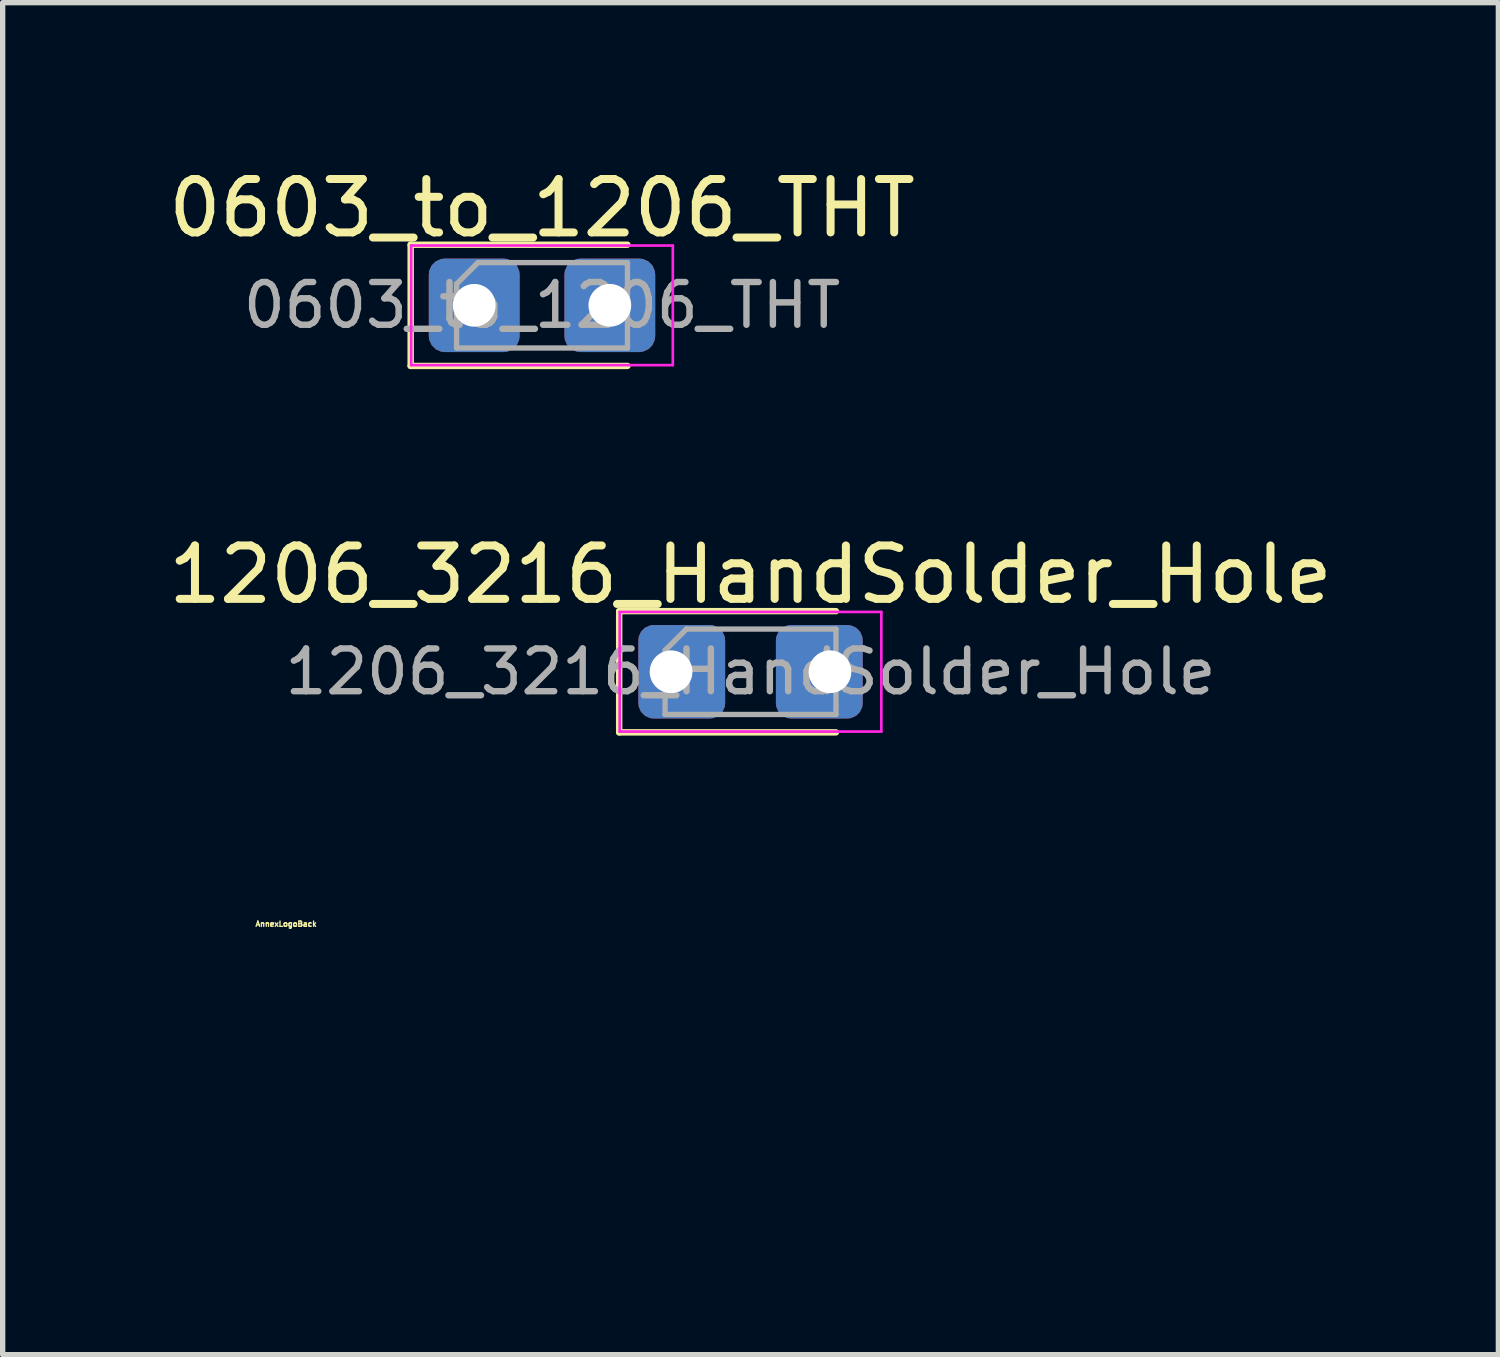
<source format=kicad_pcb>
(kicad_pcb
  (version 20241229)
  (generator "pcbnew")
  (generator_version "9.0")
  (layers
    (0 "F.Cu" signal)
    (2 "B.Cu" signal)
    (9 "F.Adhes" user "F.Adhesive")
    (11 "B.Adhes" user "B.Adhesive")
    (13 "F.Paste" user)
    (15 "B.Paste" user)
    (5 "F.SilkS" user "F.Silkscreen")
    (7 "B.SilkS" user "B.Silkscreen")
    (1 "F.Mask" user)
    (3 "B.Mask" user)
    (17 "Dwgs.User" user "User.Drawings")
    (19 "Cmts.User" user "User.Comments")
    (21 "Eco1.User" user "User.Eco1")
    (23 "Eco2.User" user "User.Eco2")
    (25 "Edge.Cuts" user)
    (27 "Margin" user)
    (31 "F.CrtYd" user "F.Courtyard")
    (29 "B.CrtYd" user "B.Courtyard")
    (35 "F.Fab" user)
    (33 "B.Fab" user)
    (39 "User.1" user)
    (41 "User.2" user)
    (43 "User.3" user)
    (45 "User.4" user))
  (footprint "0603_to_1206_THT"
    (layer "F.Cu")
    (at 7.101 2.668)
    (property "Reference" "0603_to_1206_THT" (at 0 -1.82 0) (layer "F.SilkS") (effects (font (size 1 1) (thickness 0.15))))
    (attr smd)
    (fp_line (start -2.46 -1.135) (end -2.46 1.135) (stroke (width 0.12) (type solid)) (layer "F.SilkS"))
    (fp_line (start -2.46 1.135) (end 1.6 1.135) (stroke (width 0.12) (type solid)) (layer "F.SilkS"))
    (fp_line (start 1.6 -1.135) (end -2.46 -1.135) (stroke (width 0.12) (type solid)) (layer "F.SilkS"))
    (fp_line (start -2.45 -1.12) (end 2.45 -1.12) (stroke (width 0.05) (type solid)) (layer "F.CrtYd"))
    (fp_line (start -2.45 1.12) (end -2.45 -1.12) (stroke (width 0.05) (type solid)) (layer "F.CrtYd"))
    (fp_line (start 2.45 -1.12) (end 2.45 1.12) (stroke (width 0.05) (type solid)) (layer "F.CrtYd"))
    (fp_line (start 2.45 1.12) (end -2.45 1.12) (stroke (width 0.05) (type solid)) (layer "F.CrtYd"))
    (fp_line (start -1.6 -0.4) (end -1.6 0.8) (stroke (width 0.1) (type solid)) (layer "F.Fab"))
    (fp_line (start -1.6 0.8) (end 1.6 0.8) (stroke (width 0.1) (type solid)) (layer "F.Fab"))
    (fp_line (start -1.2 -0.8) (end -1.6 -0.4) (stroke (width 0.1) (type solid)) (layer "F.Fab"))
    (fp_line (start 1.6 -0.8) (end -1.2 -0.8) (stroke (width 0.1) (type solid)) (layer "F.Fab"))
    (fp_line (start 1.6 0.8) (end 1.6 -0.8) (stroke (width 0.1) (type solid)) (layer "F.Fab"))
    (fp_text user "${REFERENCE}" (at 0 0 0) (layer "F.Fab") (effects (font (size 0.8 0.8) (thickness 0.12))))
    (pad "1" thru_hole roundrect (at -1.27 0) (size 1.7 1.75) (drill 0.8) (layers "*.Cu" "*.Mask") (roundrect_rratio 0.175))
    (pad "2" thru_hole roundrect (at 1.27 0) (size 1.7 1.75) (drill 0.8) (layers "*.Cu" "*.Mask") (roundrect_rratio 0.175)))
  (footprint "1206_3216_HandSolder_Hole"
    (layer "F.Cu")
    (at 11.006 9.531)
    (property "Reference" "1206_3216_HandSolder_Hole" (at 0 -1.82 0) (layer "F.SilkS") (effects (font (size 1 1) (thickness 0.15))))
    (attr smd)
    (fp_line (start -2.46 -1.135) (end -2.46 1.135) (stroke (width 0.12) (type solid)) (layer "F.SilkS"))
    (fp_line (start -2.46 1.135) (end 1.6 1.135) (stroke (width 0.12) (type solid)) (layer "F.SilkS"))
    (fp_line (start 1.6 -1.135) (end -2.46 -1.135) (stroke (width 0.12) (type solid)) (layer "F.SilkS"))
    (fp_line (start -2.45 -1.12) (end 2.45 -1.12) (stroke (width 0.05) (type solid)) (layer "F.CrtYd"))
    (fp_line (start -2.45 1.12) (end -2.45 -1.12) (stroke (width 0.05) (type solid)) (layer "F.CrtYd"))
    (fp_line (start 2.45 -1.12) (end 2.45 1.12) (stroke (width 0.05) (type solid)) (layer "F.CrtYd"))
    (fp_line (start 2.45 1.12) (end -2.45 1.12) (stroke (width 0.05) (type solid)) (layer "F.CrtYd"))
    (fp_line (start -1.6 -0.4) (end -1.6 0.8) (stroke (width 0.1) (type solid)) (layer "F.Fab"))
    (fp_line (start -1.6 0.8) (end 1.6 0.8) (stroke (width 0.1) (type solid)) (layer "F.Fab"))
    (fp_line (start -1.2 -0.8) (end -1.6 -0.4) (stroke (width 0.1) (type solid)) (layer "F.Fab"))
    (fp_line (start 1.6 -0.8) (end -1.2 -0.8) (stroke (width 0.1) (type solid)) (layer "F.Fab"))
    (fp_line (start 1.6 0.8) (end 1.6 -0.8) (stroke (width 0.1) (type solid)) (layer "F.Fab"))
    (fp_text user "${REFERENCE}" (at 0 0 0) (layer "F.Fab") (effects (font (size 0.8 0.8) (thickness 0.12))))
    (pad "1" thru_hole roundrect (at -1.488 0) (size 1.625 1.75) (drill 0.8 (offset 0.2 0)) (layers "*.Cu" "*.Mask") (roundrect_rratio 0.175))
    (pad "2" thru_hole roundrect (at 1.488 0) (size 1.625 1.75) (drill 0.8 (offset -0.2 0)) (layers "*.Cu" "*.Mask") (roundrect_rratio 0.175)))
  (footprint "AnnexLogoBack"
    (layer "F.Cu")
    (at 3.283 16.579)
    (property "Reference" "AnnexLogoBack" (at -0.975 -2.325 0) (layer "F.SilkS") (effects (font (size 0.1 0.1) (thickness 0.025))))
    (attr through_hole)
    (fp_poly (pts (xy -0.089 0.315) (xy 0.031 0.316) (xy 0.126 0.319) (xy 0.184 0.322) (xy 0.198 0.325) (xy 0.18 0.349) (xy 0.133 0.402) (xy 0.067 0.474) (xy 0.063 0.478) (xy -0.071 0.622) (xy -0.223 0.468) (xy -0.375 0.314) (xy -0.089 0.315)) (stroke (width 0.01) (type solid)) (fill yes) (layer "B.Mask"))
    (fp_poly (pts (xy 1.243 -2.84) (xy 1.344 -2.78) (xy 1.357 -2.768) (xy 1.425 -2.668) (xy 1.443 -2.565) (xy 1.415 -2.471) (xy 1.345 -2.396) (xy 1.237 -2.354) (xy 1.222 -2.351) (xy 1.14 -2.346) (xy 1.082 -2.366) (xy 1.02 -2.419) (xy 1.017 -2.421) (xy 0.951 -2.509) (xy 0.937 -2.586) (xy 1.116 -2.586) (xy 1.137 -2.543) (xy 1.193 -2.513) (xy 1.239 -2.533) (xy 1.253 -2.557) (xy 1.257 -2.619) (xy 1.214 -2.65) (xy 1.187 -2.653) (xy 1.134 -2.632) (xy 1.116 -2.586) (xy 0.937 -2.586) (xy 0.935 -2.597) (xy 0.969 -2.699) (xy 0.974 -2.71) (xy 1.048 -2.803) (xy 1.141 -2.847) (xy 1.243 -2.84)) (stroke (width 0.01) (type solid)) (fill yes) (layer "B.Mask"))
    (fp_poly (pts (xy -0.354 0.564) (xy -0.255 0.66) (xy -0.169 0.739) (xy -0.104 0.794) (xy -0.069 0.818) (xy -0.067 0.818) (xy -0.038 0.799) (xy 0.021 0.747) (xy 0.103 0.669) (xy 0.198 0.574) (xy 0.207 0.564) (xy 0.313 0.457) (xy 0.39 0.384) (xy 0.448 0.34) (xy 0.494 0.318) (xy 0.539 0.311) (xy 0.551 0.31) (xy 0.616 0.316) (xy 0.648 0.329) (xy 0.649 0.332) (xy 0.63 0.358) (xy 0.578 0.417) (xy 0.498 0.501) (xy 0.399 0.602) (xy 0.331 0.671) (xy 0.193 0.808) (xy 0.086 0.906) (xy -0.001 0.966) (xy -0.076 0.987) (xy -0.15 0.972) (xy -0.232 0.919) (xy -0.333 0.829) (xy -0.46 0.705) (xy -0.748 0.421) (xy -0.923 0.427) (xy -1.055 0.421) (xy -1.143 0.395) (xy -1.183 0.35) (xy -1.185 0.335) (xy -1.159 0.325) (xy -1.088 0.317) (xy -0.985 0.312) (xy -0.899 0.31) (xy -0.613 0.31) (xy -0.354 0.564)) (stroke (width 0.01) (type solid)) (fill yes) (layer "B.Mask"))
    (fp_poly (pts (xy 1.324 0.313) (xy 1.42 0.317) (xy 1.481 0.325) (xy 1.496 0.333) (xy 1.476 0.362) (xy 1.427 0.416) (xy 1.36 0.48) (xy 1.289 0.544) (xy 1.229 0.595) (xy 1.19 0.62) (xy 1.186 0.621) (xy 1.156 0.602) (xy 1.107 0.557) (xy 1.101 0.55) (xy 1.051 0.503) (xy 1.018 0.48) (xy 1.016 0.48) (xy 0.991 0.499) (xy 0.932 0.551) (xy 0.845 0.631) (xy 0.737 0.734) (xy 0.614 0.852) (xy 0.576 0.888) (xy 0.155 1.297) (xy -0.085 1.297) (xy -0.326 1.298) (xy -0.86 0.762) (xy -1.24 0.762) (xy -1.452 0.549) (xy -1.539 0.46) (xy -1.609 0.387) (xy -1.653 0.339) (xy -1.665 0.323) (xy -1.64 0.316) (xy -1.578 0.315) (xy -1.554 0.315) (xy -1.484 0.325) (xy -1.423 0.354) (xy -1.353 0.412) (xy -1.308 0.456) (xy -1.235 0.528) (xy -1.18 0.569) (xy -1.122 0.588) (xy -1.041 0.592) (xy -0.986 0.593) (xy -0.798 0.593) (xy -0.518 0.875) (xy -0.238 1.157) (xy 0.071 1.157) (xy 0.491 0.737) (xy 0.91 0.317) (xy 1.203 0.312) (xy 1.324 0.313)) (stroke (width 0.01) (type solid)) (fill yes) (layer "B.Mask"))
    (fp_poly (pts (xy -0.974 -0.717) (xy -0.927 -0.677) (xy -0.842 -0.593) (xy 0.363 -0.593) (xy 0.447 -0.677) (xy 0.542 -0.742) (xy 0.639 -0.76) (xy 0.73 -0.738) (xy 0.805 -0.685) (xy 0.857 -0.609) (xy 0.876 -0.518) (xy 0.854 -0.419) (xy 0.807 -0.348) (xy 0.721 -0.284) (xy 0.618 -0.264) (xy 0.517 -0.286) (xy 0.44 -0.346) (xy 0.379 -0.423) (xy -0.248 -0.423) (xy -0.475 -0.422) (xy -0.653 -0.418) (xy -0.78 -0.412) (xy -0.854 -0.404) (xy -0.875 -0.395) (xy -0.898 -0.361) (xy -0.953 -0.319) (xy -1.021 -0.281) (xy -1.082 -0.258) (xy -1.101 -0.256) (xy -1.161 -0.268) (xy -1.203 -0.282) (xy -1.291 -0.344) (xy -1.341 -0.435) (xy -1.349 -0.52) (xy -1.178 -0.52) (xy -1.157 -0.465) (xy -1.124 -0.43) (xy -1.097 -0.433) (xy -1.059 -0.469) (xy -1.03 -0.514) (xy 0.567 -0.514) (xy 0.575 -0.466) (xy 0.608 -0.427) (xy 0.654 -0.441) (xy 0.677 -0.465) (xy 0.698 -0.522) (xy 0.682 -0.572) (xy 0.635 -0.593) (xy 0.588 -0.569) (xy 0.567 -0.514) (xy -1.03 -0.514) (xy -1.03 -0.514) (xy -1.047 -0.553) (xy -1.095 -0.588) (xy -1.119 -0.593) (xy -1.163 -0.571) (xy -1.178 -0.52) (xy -1.349 -0.52) (xy -1.351 -0.539) (xy -1.317 -0.64) (xy -1.28 -0.688) (xy -1.183 -0.751) (xy -1.078 -0.761) (xy -0.974 -0.717)) (stroke (width 0.01) (type solid)) (fill yes) (layer "B.Mask"))
    (fp_poly (pts (xy -2.43 0.318) (xy -2.393 0.334) (xy -2.348 0.365) (xy -2.287 0.416) (xy -2.206 0.492) (xy -2.098 0.598) (xy -1.957 0.738) (xy -1.921 0.775) (xy -1.452 1.243) (xy -1.269 1.245) (xy -1.087 1.246) (xy -0.677 1.654) (xy -0.267 2.061) (xy -0.142 1.934) (xy -0.072 1.866) (xy -0.019 1.827) (xy 0.04 1.811) (xy 0.126 1.806) (xy 0.171 1.806) (xy 0.358 1.806) (xy 0.679 1.482) (xy 0.999 1.157) (xy 1.093 1.248) (xy 1.187 1.339) (xy 1.703 0.823) (xy 1.86 0.666) (xy 1.983 0.545) (xy 2.077 0.455) (xy 2.147 0.391) (xy 2.2 0.35) (xy 2.24 0.326) (xy 2.274 0.316) (xy 2.306 0.314) (xy 2.331 0.316) (xy 2.441 0.325) (xy 1.825 0.931) (xy 1.671 1.082) (xy 1.53 1.22) (xy 1.407 1.34) (xy 1.306 1.437) (xy 1.234 1.506) (xy 1.194 1.542) (xy 1.188 1.546) (xy 1.157 1.532) (xy 1.108 1.49) (xy 1.101 1.482) (xy 1.048 1.434) (xy 1.006 1.411) (xy 1.003 1.411) (xy 0.973 1.43) (xy 0.912 1.482) (xy 0.827 1.561) (xy 0.727 1.658) (xy 0.691 1.693) (xy 0.41 1.976) (xy 0.044 1.976) (xy -0.269 2.286) (xy -0.706 1.848) (xy -1.142 1.411) (xy -1.51 1.41) (xy -2.059 0.867) (xy -2.608 0.325) (xy -2.499 0.316) (xy -2.463 0.314) (xy -2.43 0.318)) (stroke (width 0.01) (type solid)) (fill yes) (layer "B.Mask"))
    (fp_poly (pts (xy -0.157 -1.194) (xy -0.08 -1.138) (xy -0.03 -1.056) (xy -0.017 -0.957) (xy -0.043 -0.863) (xy -0.111 -0.777) (xy -0.204 -0.731) (xy -0.306 -0.726) (xy -0.402 -0.765) (xy -0.443 -0.803) (xy -0.468 -0.83) (xy -0.495 -0.849) (xy -0.532 -0.862) (xy -0.591 -0.87) (xy -0.679 -0.873) (xy -0.806 -0.875) (xy -0.952 -0.875) (xy -1.4 -0.875) (xy -1.51 -0.762) (xy -1.575 -0.689) (xy -1.607 -0.631) (xy -1.615 -0.564) (xy -1.614 -0.529) (xy -1.625 -0.413) (xy -1.673 -0.334) (xy -1.761 -0.283) (xy -1.827 -0.261) (xy -1.871 -0.259) (xy -1.919 -0.274) (xy -2.011 -0.331) (xy -2.066 -0.413) (xy -2.087 -0.508) (xy -2.087 -0.51) (xy -1.917 -0.51) (xy -1.903 -0.462) (xy -1.889 -0.45) (xy -1.831 -0.439) (xy -1.79 -0.471) (xy -1.784 -0.519) (xy -1.813 -0.569) (xy -1.848 -0.579) (xy -1.896 -0.557) (xy -1.917 -0.51) (xy -2.087 -0.51) (xy -2.074 -0.603) (xy -2.03 -0.685) (xy -1.955 -0.743) (xy -1.859 -0.762) (xy -1.8 -0.772) (xy -1.736 -0.806) (xy -1.654 -0.872) (xy -1.61 -0.914) (xy -1.547 -0.974) (xy -0.334 -0.974) (xy -0.327 -0.942) (xy -0.293 -0.909) (xy -0.247 -0.915) (xy -0.211 -0.954) (xy -0.203 -0.981) (xy -0.208 -1.031) (xy -0.25 -1.044) (xy -0.314 -1.025) (xy -0.334 -0.974) (xy -1.547 -0.974) (xy -1.45 -1.066) (xy -0.983 -1.067) (xy -0.81 -1.067) (xy -0.685 -1.069) (xy -0.598 -1.074) (xy -0.539 -1.082) (xy -0.5 -1.095) (xy -0.471 -1.114) (xy -0.442 -1.141) (xy -0.442 -1.141) (xy -0.348 -1.203) (xy -0.25 -1.218) (xy -0.157 -1.194)) (stroke (width 0.01) (type solid)) (fill yes) (layer "B.Mask"))
    (fp_poly (pts (xy -2.919 0.313) (xy -2.887 0.323) (xy -2.849 0.345) (xy -2.798 0.383) (xy -2.732 0.442) (xy -2.645 0.524) (xy -2.532 0.635) (xy -2.389 0.778) (xy -2.223 0.945) (xy -1.595 1.58) (xy -1.196 1.58) (xy -0.735 2.046) (xy -0.604 2.178) (xy -0.485 2.296) (xy -0.386 2.393) (xy -0.311 2.465) (xy -0.266 2.505) (xy -0.256 2.512) (xy -0.23 2.493) (xy -0.174 2.443) (xy -0.098 2.37) (xy -0.056 2.328) (xy 0.125 2.145) (xy 0.493 2.145) (xy 0.754 1.885) (xy 1.015 1.625) (xy 1.201 1.806) (xy 1.904 1.1) (xy 2.068 0.937) (xy 2.22 0.786) (xy 2.355 0.654) (xy 2.469 0.544) (xy 2.558 0.462) (xy 2.615 0.411) (xy 2.636 0.396) (xy 2.682 0.412) (xy 2.715 0.433) (xy 2.724 0.446) (xy 2.721 0.466) (xy 2.704 0.497) (xy 2.668 0.544) (xy 2.611 0.609) (xy 2.529 0.696) (xy 2.419 0.81) (xy 2.277 0.953) (xy 2.101 1.13) (xy 1.98 1.251) (xy 1.197 2.033) (xy 1.105 1.943) (xy 1.013 1.853) (xy 0.795 2.069) (xy 0.577 2.286) (xy 0.207 2.286) (xy -0.021 2.512) (xy -0.113 2.601) (xy -0.188 2.674) (xy -0.24 2.722) (xy -0.259 2.738) (xy -0.28 2.718) (xy -0.337 2.665) (xy -0.421 2.582) (xy -0.53 2.475) (xy -0.656 2.35) (xy -0.762 2.244) (xy -1.256 1.75) (xy -1.454 1.75) (xy -1.651 1.75) (xy -2.35 1.051) (xy -2.512 0.888) (xy -2.662 0.737) (xy -2.793 0.603) (xy -2.902 0.491) (xy -2.983 0.405) (xy -3.034 0.35) (xy -3.048 0.331) (xy -3.023 0.318) (xy -2.962 0.311) (xy -2.949 0.31) (xy -2.919 0.313)) (stroke (width 0.01) (type solid)) (fill yes) (layer "B.Mask"))
    (fp_poly (pts (xy 1.862 0.315) (xy 1.865 0.315) (xy 1.978 0.322) (xy 1.183 1.115) (xy 1.096 1.019) (xy 1.01 0.924) (xy 0.653 1.28) (xy 0.296 1.637) (xy 0.111 1.637) (xy 0.007 1.639) (xy -0.06 1.651) (xy -0.109 1.678) (xy -0.155 1.722) (xy -0.209 1.774) (xy -0.246 1.804) (xy -0.252 1.806) (xy -0.276 1.787) (xy -0.334 1.735) (xy -0.418 1.656) (xy -0.522 1.555) (xy -0.627 1.453) (xy -0.985 1.101) (xy -1.37 1.101) (xy -1.743 0.726) (xy -1.861 0.608) (xy -1.963 0.502) (xy -2.044 0.416) (xy -2.097 0.356) (xy -2.117 0.33) (xy -2.117 0.33) (xy -2.092 0.318) (xy -2.03 0.317) (xy -2.004 0.319) (xy -1.956 0.327) (xy -1.909 0.346) (xy -1.855 0.382) (xy -1.786 0.442) (xy -1.694 0.531) (xy -1.594 0.631) (xy -1.297 0.931) (xy -1.104 0.931) (xy -1 0.933) (xy -0.933 0.943) (xy -0.883 0.968) (xy -0.829 1.018) (xy -0.797 1.051) (xy -0.727 1.124) (xy -0.632 1.221) (xy -0.526 1.326) (xy -0.47 1.381) (xy -0.255 1.592) (xy -0.189 1.53) (xy -0.14 1.494) (xy -0.077 1.475) (xy 0.018 1.468) (xy 0.059 1.468) (xy 0.242 1.468) (xy 0.616 1.087) (xy 0.734 0.967) (xy 0.839 0.863) (xy 0.925 0.781) (xy 0.985 0.726) (xy 1.012 0.706) (xy 1.012 0.706) (xy 1.045 0.724) (xy 1.095 0.77) (xy 1.101 0.776) (xy 1.153 0.824) (xy 1.193 0.846) (xy 1.196 0.847) (xy 1.225 0.828) (xy 1.285 0.775) (xy 1.368 0.697) (xy 1.465 0.6) (xy 1.488 0.577) (xy 1.595 0.469) (xy 1.673 0.394) (xy 1.729 0.348) (xy 1.773 0.323) (xy 1.815 0.314) (xy 1.862 0.315)) (stroke (width 0.01) (type solid)) (fill yes) (layer "B.Mask"))
    (fp_poly (pts (xy -0.185 -1.948) (xy -0.176 -1.945) (xy -0.09 -1.89) (xy -0.032 -1.804) (xy -0.014 -1.704) (xy -0.02 -1.667) (xy -0.02 -1.631) (xy 0.001 -1.586) (xy 0.049 -1.524) (xy 0.131 -1.436) (xy 0.186 -1.38) (xy 0.408 -1.157) (xy 1.27 -1.157) (xy 1.27 -0.875) (xy 1.27 -0.747) (xy 1.274 -0.665) (xy 1.282 -0.619) (xy 1.298 -0.598) (xy 1.323 -0.593) (xy 1.338 -0.593) (xy 1.403 -0.613) (xy 1.476 -0.663) (xy 1.491 -0.677) (xy 1.585 -0.741) (xy 1.681 -0.758) (xy 1.772 -0.737) (xy 1.848 -0.686) (xy 1.901 -0.612) (xy 1.923 -0.524) (xy 1.903 -0.428) (xy 1.856 -0.354) (xy 1.761 -0.284) (xy 1.653 -0.266) (xy 1.54 -0.303) (xy 1.531 -0.309) (xy 1.472 -0.353) (xy 1.441 -0.389) (xy 1.439 -0.395) (xy 1.414 -0.41) (xy 1.346 -0.421) (xy 1.271 -0.423) (xy 1.103 -0.423) (xy 1.1 -0.504) (xy 1.612 -0.504) (xy 1.632 -0.456) (xy 1.641 -0.449) (xy 1.689 -0.445) (xy 1.729 -0.479) (xy 1.744 -0.531) (xy 1.74 -0.55) (xy 1.701 -0.585) (xy 1.673 -0.587) (xy 1.628 -0.556) (xy 1.612 -0.504) (xy 1.1 -0.504) (xy 1.095 -0.699) (xy 1.087 -0.974) (xy 0.712 -0.982) (xy 0.338 -0.989) (xy 0.094 -1.228) (xy -0.012 -1.331) (xy -0.088 -1.399) (xy -0.145 -1.44) (xy -0.192 -1.46) (xy -0.24 -1.467) (xy -0.26 -1.468) (xy -0.371 -1.49) (xy -0.45 -1.548) (xy -0.497 -1.63) (xy -0.508 -1.708) (xy -0.334 -1.708) (xy -0.327 -1.676) (xy -0.293 -1.643) (xy -0.247 -1.649) (xy -0.211 -1.688) (xy -0.203 -1.715) (xy -0.208 -1.765) (xy -0.25 -1.778) (xy -0.314 -1.759) (xy -0.334 -1.708) (xy -0.508 -1.708) (xy -0.51 -1.724) (xy -0.486 -1.819) (xy -0.425 -1.901) (xy -0.327 -1.958) (xy -0.265 -1.962) (xy -0.185 -1.948)) (stroke (width 0.01) (type solid)) (fill yes) (layer "B.Mask"))
    (fp_poly (pts (xy -0.033 -2.344) (xy 0.196 -2.117) (xy 0.572 -2.117) (xy 0.781 -1.905) (xy 0.869 -1.818) (xy 0.943 -1.748) (xy 0.994 -1.704) (xy 1.012 -1.693) (xy 1.045 -1.712) (xy 1.095 -1.758) (xy 1.101 -1.764) (xy 1.152 -1.812) (xy 1.189 -1.834) (xy 1.191 -1.834) (xy 1.217 -1.815) (xy 1.277 -1.761) (xy 1.366 -1.678) (xy 1.478 -1.57) (xy 1.609 -1.442) (xy 1.752 -1.301) (xy 1.755 -1.298) (xy 1.917 -1.138) (xy 2.045 -1.013) (xy 2.143 -0.919) (xy 2.218 -0.852) (xy 2.275 -0.807) (xy 2.318 -0.78) (xy 2.353 -0.767) (xy 2.386 -0.762) (xy 2.399 -0.762) (xy 2.511 -0.74) (xy 2.592 -0.683) (xy 2.64 -0.603) (xy 2.654 -0.51) (xy 2.634 -0.418) (xy 2.578 -0.337) (xy 2.486 -0.28) (xy 2.436 -0.266) (xy 2.37 -0.262) (xy 2.309 -0.289) (xy 2.255 -0.333) (xy 2.194 -0.397) (xy 2.168 -0.459) (xy 2.166 -0.51) (xy 2.345 -0.51) (xy 2.359 -0.462) (xy 2.372 -0.45) (xy 2.431 -0.439) (xy 2.471 -0.471) (xy 2.478 -0.519) (xy 2.449 -0.569) (xy 2.413 -0.579) (xy 2.366 -0.557) (xy 2.345 -0.51) (xy 2.166 -0.51) (xy 2.165 -0.528) (xy 2.165 -0.564) (xy 2.159 -0.598) (xy 2.142 -0.635) (xy 2.109 -0.682) (xy 2.057 -0.744) (xy 1.979 -0.826) (xy 1.873 -0.935) (xy 1.732 -1.077) (xy 1.683 -1.126) (xy 1.195 -1.612) (xy 1.105 -1.52) (xy 1.015 -1.427) (xy 0.754 -1.687) (xy 0.493 -1.947) (xy 0.12 -1.947) (xy -0.067 -2.137) (xy -0.255 -2.327) (xy -0.728 -1.855) (xy -1.2 -1.383) (xy -1.592 -1.383) (xy -2.242 -0.734) (xy -2.893 -0.085) (xy -0.095 -0.085) (xy 0.369 -0.085) (xy 0.78 -0.085) (xy 1.14 -0.086) (xy 1.454 -0.086) (xy 1.724 -0.087) (xy 1.953 -0.089) (xy 2.145 -0.091) (xy 2.303 -0.093) (xy 2.43 -0.096) (xy 2.529 -0.099) (xy 2.604 -0.103) (xy 2.657 -0.108) (xy 2.692 -0.114) (xy 2.711 -0.12) (xy 2.719 -0.127) (xy 2.72 -0.127) (xy 2.754 -0.166) (xy 2.819 -0.209) (xy 2.832 -0.215) (xy 2.898 -0.243) (xy 2.949 -0.245) (xy 3.012 -0.22) (xy 3.036 -0.208) (xy 3.133 -0.135) (xy 3.18 -0.04) (xy 3.177 0.065) (xy 3.123 0.17) (xy 3.104 0.191) (xy 3.019 0.246) (xy 2.918 0.253) (xy 2.816 0.213) (xy 2.762 0.169) (xy 2.677 0.085) (xy -0.3 0.078) (xy -3.278 0.071) (xy -3.223 0.016) (xy 2.853 0.016) (xy 2.876 0.06) (xy 2.927 0.08) (xy 2.942 0.08) (xy 2.995 0.052) (xy 3.006 0.014) (xy 2.983 -0.034) (xy 2.933 -0.055) (xy 2.879 -0.039) (xy 2.872 -0.033) (xy 2.853 0.016) (xy -3.223 0.016) (xy -2.456 -0.756) (xy -1.634 -1.583) (xy -1.459 -1.571) (xy -1.284 -1.559) (xy -0.773 -2.065) (xy -0.263 -2.572) (xy -0.033 -2.344)) (stroke (width 0.01) (type solid)) (fill yes) (layer "B.Mask")))
  (gr_rect
    (start -3 -3)
    (end 25.012 22.321)
    (stroke (width 0.1) (type default))
    (fill no)
    (layer "Edge.Cuts")))
</source>
